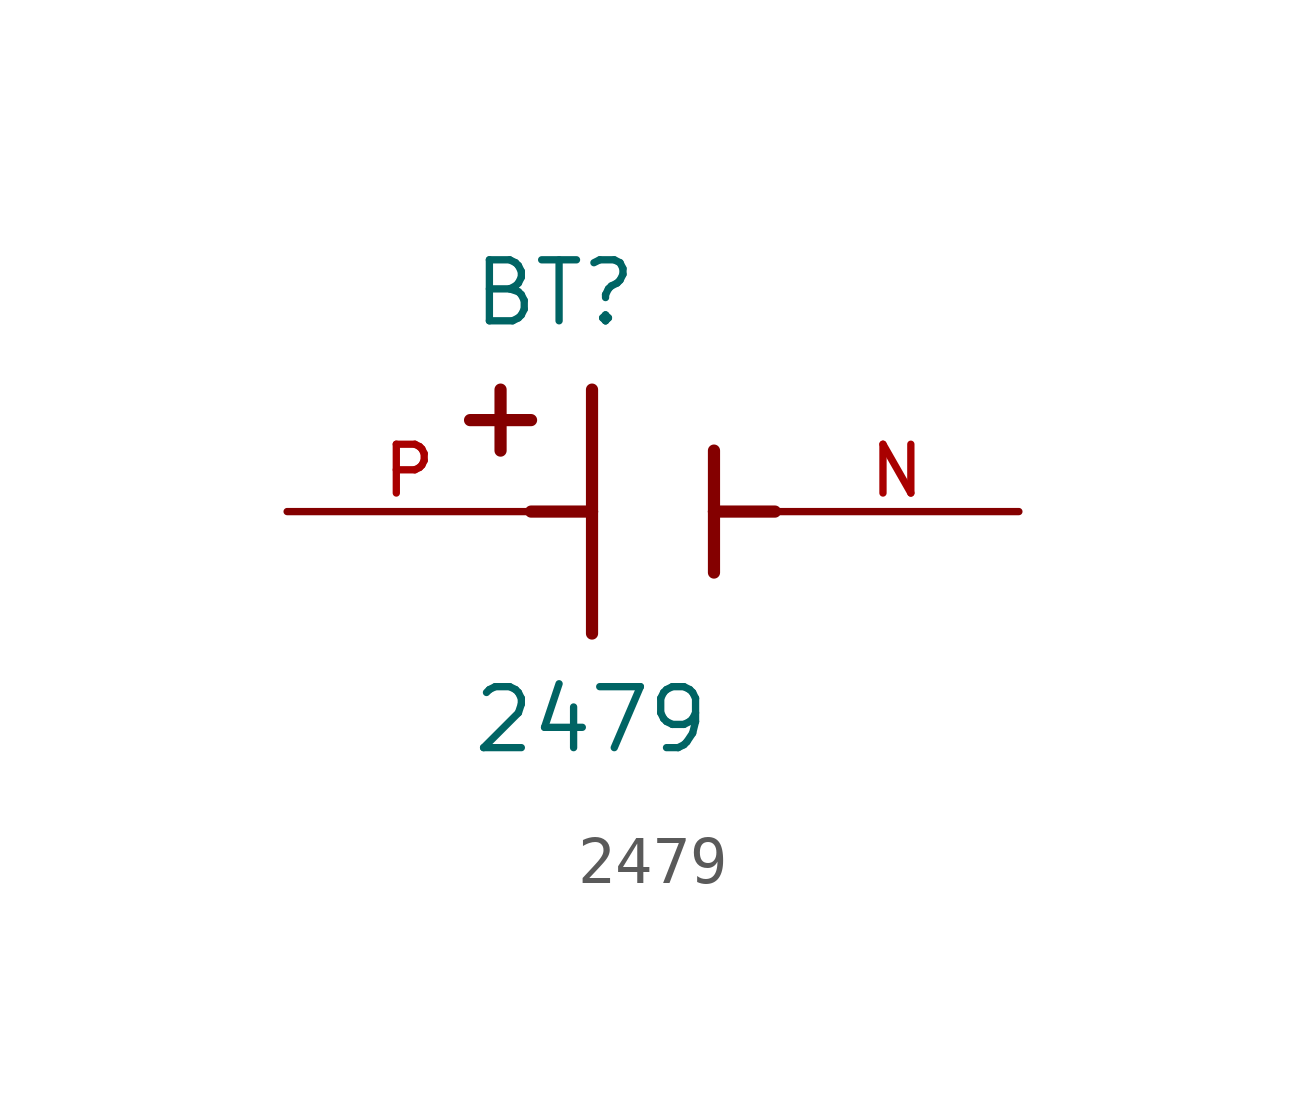
<source format=kicad_sym>
(kicad_symbol_lib
  (version 20211014)
  (generator kicad_symbol_editor)
  (symbol "2479"
    (pin_names
      (offset 1.016))
    (property "Reference" "BT"
      (at -3.81 3.81 0)
      (effects (font (size 1.27 1.27)) (justify bottom left)))
    (property "Value" "2479"
      (at -3.81 -5.08 0)
      (effects (font (size 1.27 1.27)) (justify bottom left)))
    (symbol "2479_0_0"
      (polyline (pts (xy -1.27 2.54) (xy -1.27 0.0)) (stroke (width 0.254)))
      (polyline (pts (xy -1.27 0.0) (xy -1.27 -2.54)) (stroke (width 0.254)))
      (polyline (pts (xy 1.27 1.27) (xy 1.27 0.0)) (stroke (width 0.254)))
      (polyline (pts (xy 1.27 0.0) (xy 1.27 -1.27)) (stroke (width 0.254)))
      (polyline (pts (xy -1.27 0.0) (xy -2.54 0.0)) (stroke (width 0.254)))
      (polyline (pts (xy 1.27 0.0) (xy 2.54 0.0)) (stroke (width 0.254)))
      (polyline (pts (xy -3.175 2.54) (xy -3.175 1.27)) (stroke (width 0.254)))
      (polyline (pts (xy -3.81 1.905) (xy -2.54 1.905)) (stroke (width 0.254)))
      (pin passive line (at -7.62 0.0 0) (length 5.08) (name "~" (effects (font (size 1.016 1.016)))) (number "P" (effects (font (size 1.016 1.016)))))
      (pin passive line (at 7.62 0.0 180.0) (length 5.08) (name "~" (effects (font (size 1.016 1.016)))) (number "N" (effects (font (size 1.016 1.016))))))))
</source>
